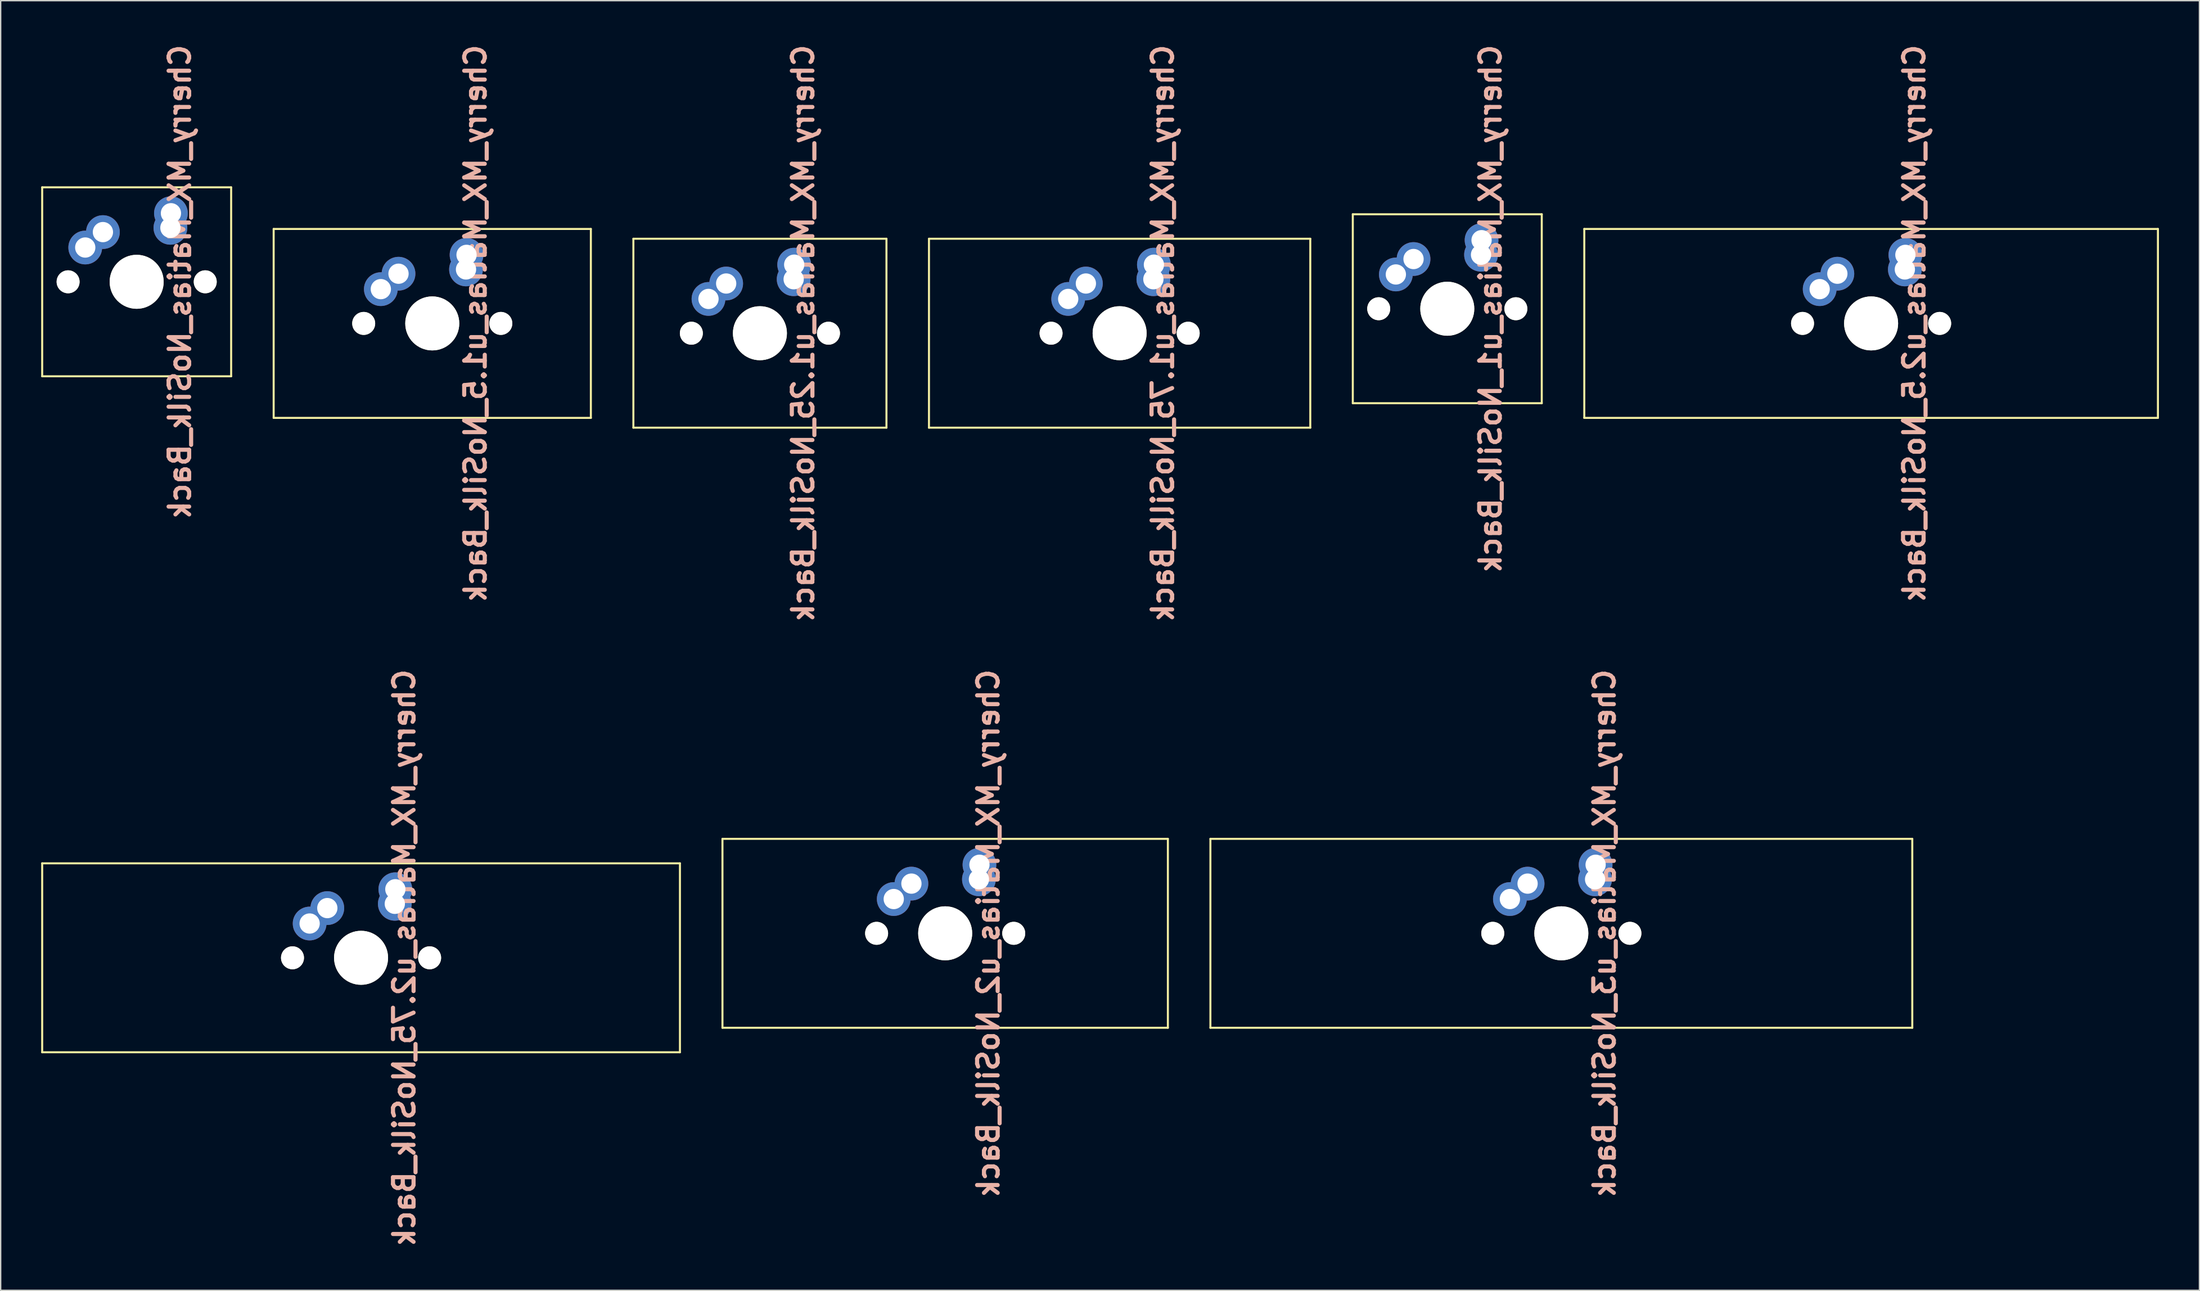
<source format=kicad_pcb>
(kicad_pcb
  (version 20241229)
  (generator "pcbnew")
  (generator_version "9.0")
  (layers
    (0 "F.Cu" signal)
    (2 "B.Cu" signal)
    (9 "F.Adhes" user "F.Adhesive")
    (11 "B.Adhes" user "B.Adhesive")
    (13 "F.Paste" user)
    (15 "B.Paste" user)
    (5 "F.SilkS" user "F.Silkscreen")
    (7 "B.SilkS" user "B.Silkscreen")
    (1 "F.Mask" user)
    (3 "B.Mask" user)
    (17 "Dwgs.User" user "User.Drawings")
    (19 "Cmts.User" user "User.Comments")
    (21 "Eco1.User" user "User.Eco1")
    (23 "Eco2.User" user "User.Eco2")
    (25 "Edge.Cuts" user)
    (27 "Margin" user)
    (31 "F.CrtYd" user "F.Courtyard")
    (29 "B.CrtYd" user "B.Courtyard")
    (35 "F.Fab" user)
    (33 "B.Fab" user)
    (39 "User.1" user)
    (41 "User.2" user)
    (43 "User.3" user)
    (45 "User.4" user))
  (footprint "Cherry_MX_Matias_u1.25_NoSilk_Back"
    (layer "F.Cu")
    (at 53.25 21.641)
    (property "Reference" "Cherry_MX_Matias_u1.25_NoSilk_Back" (at 3.2 0 90) (layer "B.SilkS") (effects (font (size 1.524 1.524) (thickness 0.305)) (justify mirror)))
    (attr through_hole)
    (fp_line (start -9.375 -7) (end 9.375 -7) (stroke (width 0.15) (type solid)) (layer "F.SilkS"))
    (fp_line (start -9.375 7) (end -9.375 -7) (stroke (width 0.15) (type solid)) (layer "F.SilkS"))
    (fp_line (start -9.375 7) (end 9.375 7) (stroke (width 0.15) (type solid)) (layer "F.SilkS"))
    (fp_line (start 9.375 -7) (end 9.375 7) (stroke (width 0.15) (type solid)) (layer "F.SilkS"))
    (pad "" np_thru_hole circle (at -5.08 0) (size 1.7 1.7) (drill 1.7) (layers "*.Cu" "*.Mask" "F.SilkS"))
    (pad "" np_thru_hole circle (at 0 0) (size 4 4) (drill 4) (layers "*.Cu" "*.Mask" "F.SilkS"))
    (pad "" np_thru_hole circle (at 5.08 0) (size 1.7 1.7) (drill 1.7) (layers "*.Cu" "*.Mask" "F.SilkS"))
    (pad "1" thru_hole circle (at -3.81 -2.54) (size 2.5 2.5) (drill 1.5) (layers "*.Cu" "*.Mask"))
    (pad "1" thru_hole circle (at -2.5 -3.683) (size 2.5 2.5) (drill 1.5) (layers "*.Cu" "*.Mask"))
    (pad "2" thru_hole circle (at 2.5 -4) (size 2.5 2.5) (drill 1.5) (layers "*.Cu" "*.Mask"))
    (pad "2" thru_hole circle (at 2.54 -5.08) (size 2.5 2.5) (drill 1.5) (layers "*.Cu" "*.Mask")))
  (footprint "Cherry_MX_Matias_u1.5_NoSilk_Back"
    (layer "F.Cu")
    (at 28.975 20.915)
    (property "Reference" "Cherry_MX_Matias_u1.5_NoSilk_Back" (at 3.2 0 90) (layer "B.SilkS") (effects (font (size 1.524 1.524) (thickness 0.305)) (justify mirror)))
    (attr through_hole)
    (fp_line (start -11.75 7) (end -11.75 -7) (stroke (width 0.15) (type solid)) (layer "F.SilkS"))
    (fp_line (start -11.75 7) (end 11.75 7) (stroke (width 0.15) (type solid)) (layer "F.SilkS"))
    (fp_line (start 11.75 -7) (end -11.75 -7) (stroke (width 0.15) (type solid)) (layer "F.SilkS"))
    (fp_line (start 11.75 -7) (end 11.75 7) (stroke (width 0.15) (type solid)) (layer "F.SilkS"))
    (pad "" np_thru_hole circle (at -5.08 0) (size 1.7 1.7) (drill 1.7) (layers "*.Cu" "*.Mask" "F.SilkS"))
    (pad "" np_thru_hole circle (at 0 0) (size 4 4) (drill 4) (layers "*.Cu" "*.Mask" "F.SilkS"))
    (pad "" np_thru_hole circle (at 5.08 0) (size 1.7 1.7) (drill 1.7) (layers "*.Cu" "*.Mask" "F.SilkS"))
    (pad "1" thru_hole circle (at -3.81 -2.54) (size 2.5 2.5) (drill 1.5) (layers "*.Cu" "*.Mask"))
    (pad "1" thru_hole circle (at -2.5 -3.683) (size 2.5 2.5) (drill 1.5) (layers "*.Cu" "*.Mask"))
    (pad "2" thru_hole circle (at 2.5 -4) (size 2.5 2.5) (drill 1.5) (layers "*.Cu" "*.Mask"))
    (pad "2" thru_hole circle (at 2.54 -5.08) (size 2.5 2.5) (drill 1.5) (layers "*.Cu" "*.Mask")))
  (footprint "Cherry_MX_Matias_u2_NoSilk_Back"
    (layer "F.Cu")
    (at 66.975 66.108)
    (property "Reference" "Cherry_MX_Matias_u2_NoSilk_Back" (at 3.2 0 90) (layer "B.SilkS") (effects (font (size 1.524 1.524) (thickness 0.305)) (justify mirror)))
    (attr through_hole)
    (fp_line (start -16.5 7) (end -16.5 -7) (stroke (width 0.15) (type solid)) (layer "F.SilkS"))
    (fp_line (start -16.5 7) (end 16.5 7) (stroke (width 0.15) (type solid)) (layer "F.SilkS"))
    (fp_line (start 16.5 -7) (end -16.5 -7) (stroke (width 0.15) (type solid)) (layer "F.SilkS"))
    (fp_line (start 16.5 -7) (end 16.5 7) (stroke (width 0.15) (type solid)) (layer "F.SilkS"))
    (pad "" np_thru_hole circle (at -5.08 0) (size 1.7 1.7) (drill 1.7) (layers "*.Cu" "*.Mask" "F.SilkS"))
    (pad "" np_thru_hole circle (at 0 0) (size 4 4) (drill 4) (layers "*.Cu" "*.Mask" "F.SilkS"))
    (pad "" np_thru_hole circle (at 5.08 0) (size 1.7 1.7) (drill 1.7) (layers "*.Cu" "*.Mask" "F.SilkS"))
    (pad "1" thru_hole circle (at -3.81 -2.54) (size 2.5 2.5) (drill 1.5) (layers "*.Cu" "*.Mask"))
    (pad "1" thru_hole circle (at -2.5 -3.683) (size 2.5 2.5) (drill 1.5) (layers "*.Cu" "*.Mask"))
    (pad "2" thru_hole circle (at 2.5 -4) (size 2.5 2.5) (drill 1.5) (layers "*.Cu" "*.Mask"))
    (pad "2" thru_hole circle (at 2.54 -5.08) (size 2.5 2.5) (drill 1.5) (layers "*.Cu" "*.Mask")))
  (footprint "Cherry_MX_Matias_u2.75_NoSilk_Back"
    (layer "F.Cu")
    (at 23.7 67.922)
    (property "Reference" "Cherry_MX_Matias_u2.75_NoSilk_Back" (at 3.2 0 90) (layer "B.SilkS") (effects (font (size 1.524 1.524) (thickness 0.305)) (justify mirror)))
    (attr through_hole)
    (fp_line (start -23.625 -7) (end 23.625 -7) (stroke (width 0.15) (type solid)) (layer "F.SilkS"))
    (fp_line (start -23.625 7) (end -23.625 -7) (stroke (width 0.15) (type solid)) (layer "F.SilkS"))
    (fp_line (start -23.625 7) (end 23.625 7) (stroke (width 0.15) (type solid)) (layer "F.SilkS"))
    (fp_line (start 23.625 -7) (end 23.625 7) (stroke (width 0.15) (type solid)) (layer "F.SilkS"))
    (pad "" np_thru_hole circle (at -5.08 0) (size 1.7 1.7) (drill 1.7) (layers "*.Cu" "*.Mask" "F.SilkS"))
    (pad "" np_thru_hole circle (at 0 0) (size 4 4) (drill 4) (layers "*.Cu" "*.Mask" "F.SilkS"))
    (pad "" np_thru_hole circle (at 5.08 0) (size 1.7 1.7) (drill 1.7) (layers "*.Cu" "*.Mask" "F.SilkS"))
    (pad "1" thru_hole circle (at -3.81 -2.54) (size 2.5 2.5) (drill 1.5) (layers "*.Cu" "*.Mask"))
    (pad "1" thru_hole circle (at -2.5 -3.683) (size 2.5 2.5) (drill 1.5) (layers "*.Cu" "*.Mask"))
    (pad "2" thru_hole circle (at 2.5 -4) (size 2.5 2.5) (drill 1.5) (layers "*.Cu" "*.Mask"))
    (pad "2" thru_hole circle (at 2.54 -5.08) (size 2.5 2.5) (drill 1.5) (layers "*.Cu" "*.Mask")))
  (footprint "Cherry_MX_Matias_u1.75_NoSilk_Back"
    (layer "F.Cu")
    (at 79.9 21.641)
    (property "Reference" "Cherry_MX_Matias_u1.75_NoSilk_Back" (at 3.2 0 90) (layer "B.SilkS") (effects (font (size 1.524 1.524) (thickness 0.305)) (justify mirror)))
    (attr through_hole)
    (fp_line (start -14.125 -7) (end 14.125 -7) (stroke (width 0.15) (type solid)) (layer "F.SilkS"))
    (fp_line (start -14.125 7) (end -14.125 -7) (stroke (width 0.15) (type solid)) (layer "F.SilkS"))
    (fp_line (start 14.125 -7) (end 14.125 7) (stroke (width 0.15) (type solid)) (layer "F.SilkS"))
    (fp_line (start 14.125 7) (end -14.125 7) (stroke (width 0.15) (type solid)) (layer "F.SilkS"))
    (pad "" np_thru_hole circle (at -5.08 0) (size 1.7 1.7) (drill 1.7) (layers "*.Cu" "*.Mask" "F.SilkS"))
    (pad "" np_thru_hole circle (at 0 0) (size 4 4) (drill 4) (layers "*.Cu" "*.Mask" "F.SilkS"))
    (pad "" np_thru_hole circle (at 5.08 0) (size 1.7 1.7) (drill 1.7) (layers "*.Cu" "*.Mask" "F.SilkS"))
    (pad "1" thru_hole circle (at -3.81 -2.54) (size 2.5 2.5) (drill 1.5) (layers "*.Cu" "*.Mask"))
    (pad "1" thru_hole circle (at -2.5 -3.683) (size 2.5 2.5) (drill 1.5) (layers "*.Cu" "*.Mask"))
    (pad "2" thru_hole circle (at 2.5 -4) (size 2.5 2.5) (drill 1.5) (layers "*.Cu" "*.Mask"))
    (pad "2" thru_hole circle (at 2.54 -5.08) (size 2.5 2.5) (drill 1.5) (layers "*.Cu" "*.Mask")))
  (footprint "Cherry_MX_Matias_u3_NoSilk_Back"
    (layer "F.Cu")
    (at 112.625 66.108)
    (property "Reference" "Cherry_MX_Matias_u3_NoSilk_Back" (at 3.2 0 90) (layer "B.SilkS") (effects (font (size 1.524 1.524) (thickness 0.305)) (justify mirror)))
    (attr through_hole)
    (fp_line (start -26 -7) (end 26 -7) (stroke (width 0.15) (type solid)) (layer "F.SilkS"))
    (fp_line (start -26 7) (end -26 -7) (stroke (width 0.15) (type solid)) (layer "F.SilkS"))
    (fp_line (start -26 7) (end 26 7) (stroke (width 0.15) (type solid)) (layer "F.SilkS"))
    (fp_line (start 26 -7) (end 26 7) (stroke (width 0.15) (type solid)) (layer "F.SilkS"))
    (pad "" np_thru_hole circle (at -5.08 0) (size 1.7 1.7) (drill 1.7) (layers "*.Cu" "*.Mask" "F.SilkS"))
    (pad "" np_thru_hole circle (at 0 0) (size 4 4) (drill 4) (layers "*.Cu" "*.Mask" "F.SilkS"))
    (pad "" np_thru_hole circle (at 5.08 0) (size 1.7 1.7) (drill 1.7) (layers "*.Cu" "*.Mask" "F.SilkS"))
    (pad "1" thru_hole circle (at -3.81 -2.54) (size 2.5 2.5) (drill 1.5) (layers "*.Cu" "*.Mask"))
    (pad "1" thru_hole circle (at -2.5 -3.683) (size 2.5 2.5) (drill 1.5) (layers "*.Cu" "*.Mask"))
    (pad "2" thru_hole circle (at 2.5 -4) (size 2.5 2.5) (drill 1.5) (layers "*.Cu" "*.Mask"))
    (pad "2" thru_hole circle (at 2.54 -5.08) (size 2.5 2.5) (drill 1.5) (layers "*.Cu" "*.Mask")))
  (footprint "Cherry_MX_Matias_NoSilk_Back"
    (layer "F.Cu")
    (at 7.075 17.831)
    (property "Reference" "Cherry_MX_Matias_NoSilk_Back" (at 3.2 0 90) (layer "B.SilkS") (effects (font (size 1.524 1.524) (thickness 0.305)) (justify mirror)))
    (attr through_hole)
    (fp_line (start -7 -7) (end 7 -7) (stroke (width 0.15) (type solid)) (layer "F.SilkS"))
    (fp_line (start -7 7) (end -7 -7) (stroke (width 0.15) (type solid)) (layer "F.SilkS"))
    (fp_line (start 7 -7) (end 7 7) (stroke (width 0.15) (type solid)) (layer "F.SilkS"))
    (fp_line (start 7 7) (end -7 7) (stroke (width 0.15) (type solid)) (layer "F.SilkS"))
    (pad "" np_thru_hole circle (at -5.08 0) (size 1.7 1.7) (drill 1.7) (layers "*.Cu" "*.Mask" "F.SilkS"))
    (pad "" np_thru_hole circle (at 0 0) (size 4 4) (drill 4) (layers "*.Cu" "*.Mask" "F.SilkS"))
    (pad "" np_thru_hole circle (at 5.08 0) (size 1.7 1.7) (drill 1.7) (layers "*.Cu" "*.Mask" "F.SilkS"))
    (pad "1" thru_hole circle (at -3.81 -2.54) (size 2.5 2.5) (drill 1.5) (layers "*.Cu" "*.Mask"))
    (pad "1" thru_hole circle (at -2.5 -3.683) (size 2.5 2.5) (drill 1.5) (layers "*.Cu" "*.Mask"))
    (pad "2" thru_hole circle (at 2.5 -4) (size 2.5 2.5) (drill 1.5) (layers "*.Cu" "*.Mask"))
    (pad "2" thru_hole circle (at 2.54 -5.08) (size 2.5 2.5) (drill 1.5) (layers "*.Cu" "*.Mask")))
  (footprint "Cherry_MX_Matias_u1_NoSilk_Back"
    (layer "F.Cu")
    (at 104.175 19.827)
    (property "Reference" "Cherry_MX_Matias_u1_NoSilk_Back" (at 3.2 0 90) (layer "B.SilkS") (effects (font (size 1.524 1.524) (thickness 0.305)) (justify mirror)))
    (attr through_hole)
    (fp_line (start -7 -7) (end 7 -7) (stroke (width 0.15) (type solid)) (layer "F.SilkS"))
    (fp_line (start -7 7) (end -7 -7) (stroke (width 0.15) (type solid)) (layer "F.SilkS"))
    (fp_line (start -7 7) (end 7 7) (stroke (width 0.15) (type solid)) (layer "F.SilkS"))
    (fp_line (start 7 -7) (end 7 7) (stroke (width 0.15) (type solid)) (layer "F.SilkS"))
    (pad "" np_thru_hole circle (at -5.08 0) (size 1.7 1.7) (drill 1.7) (layers "*.Cu" "*.Mask" "F.SilkS"))
    (pad "" np_thru_hole circle (at 0 0) (size 4 4) (drill 4) (layers "*.Cu" "*.Mask" "F.SilkS"))
    (pad "" np_thru_hole circle (at 5.08 0) (size 1.7 1.7) (drill 1.7) (layers "*.Cu" "*.Mask" "F.SilkS"))
    (pad "1" thru_hole circle (at -3.81 -2.54) (size 2.5 2.5) (drill 1.5) (layers "*.Cu" "*.Mask"))
    (pad "1" thru_hole circle (at -2.5 -3.683) (size 2.5 2.5) (drill 1.5) (layers "*.Cu" "*.Mask"))
    (pad "2" thru_hole circle (at 2.5 -4) (size 2.5 2.5) (drill 1.5) (layers "*.Cu" "*.Mask"))
    (pad "2" thru_hole circle (at 2.54 -5.08) (size 2.5 2.5) (drill 1.5) (layers "*.Cu" "*.Mask")))
  (footprint "Cherry_MX_Matias_u2.5_NoSilk_Back"
    (layer "F.Cu")
    (at 135.575 20.915)
    (property "Reference" "Cherry_MX_Matias_u2.5_NoSilk_Back" (at 3.2 0 90) (layer "B.SilkS") (effects (font (size 1.524 1.524) (thickness 0.305)) (justify mirror)))
    (attr through_hole)
    (fp_line (start -21.25 -7) (end 21.25 -7) (stroke (width 0.15) (type solid)) (layer "F.SilkS"))
    (fp_line (start -21.25 7) (end -21.25 -7) (stroke (width 0.15) (type solid)) (layer "F.SilkS"))
    (fp_line (start -21.25 7) (end 21.25 7) (stroke (width 0.15) (type solid)) (layer "F.SilkS"))
    (fp_line (start 21.25 -7) (end 21.25 7) (stroke (width 0.15) (type solid)) (layer "F.SilkS"))
    (pad "" np_thru_hole circle (at -5.08 0) (size 1.7 1.7) (drill 1.7) (layers "*.Cu" "*.Mask" "F.SilkS"))
    (pad "" np_thru_hole circle (at 0 0) (size 4 4) (drill 4) (layers "*.Cu" "*.Mask" "F.SilkS"))
    (pad "" np_thru_hole circle (at 5.08 0) (size 1.7 1.7) (drill 1.7) (layers "*.Cu" "*.Mask" "F.SilkS"))
    (pad "1" thru_hole circle (at -3.81 -2.54) (size 2.5 2.5) (drill 1.5) (layers "*.Cu" "*.Mask"))
    (pad "1" thru_hole circle (at -2.5 -3.683) (size 2.5 2.5) (drill 1.5) (layers "*.Cu" "*.Mask"))
    (pad "2" thru_hole circle (at 2.5 -4) (size 2.5 2.5) (drill 1.5) (layers "*.Cu" "*.Mask"))
    (pad "2" thru_hole circle (at 2.54 -5.08) (size 2.5 2.5) (drill 1.5) (layers "*.Cu" "*.Mask")))
  (gr_rect
    (start -3 -3)
    (end 159.9 92.563)
    (stroke (width 0.1) (type default))
    (fill no)
    (layer "Edge.Cuts")))
</source>
